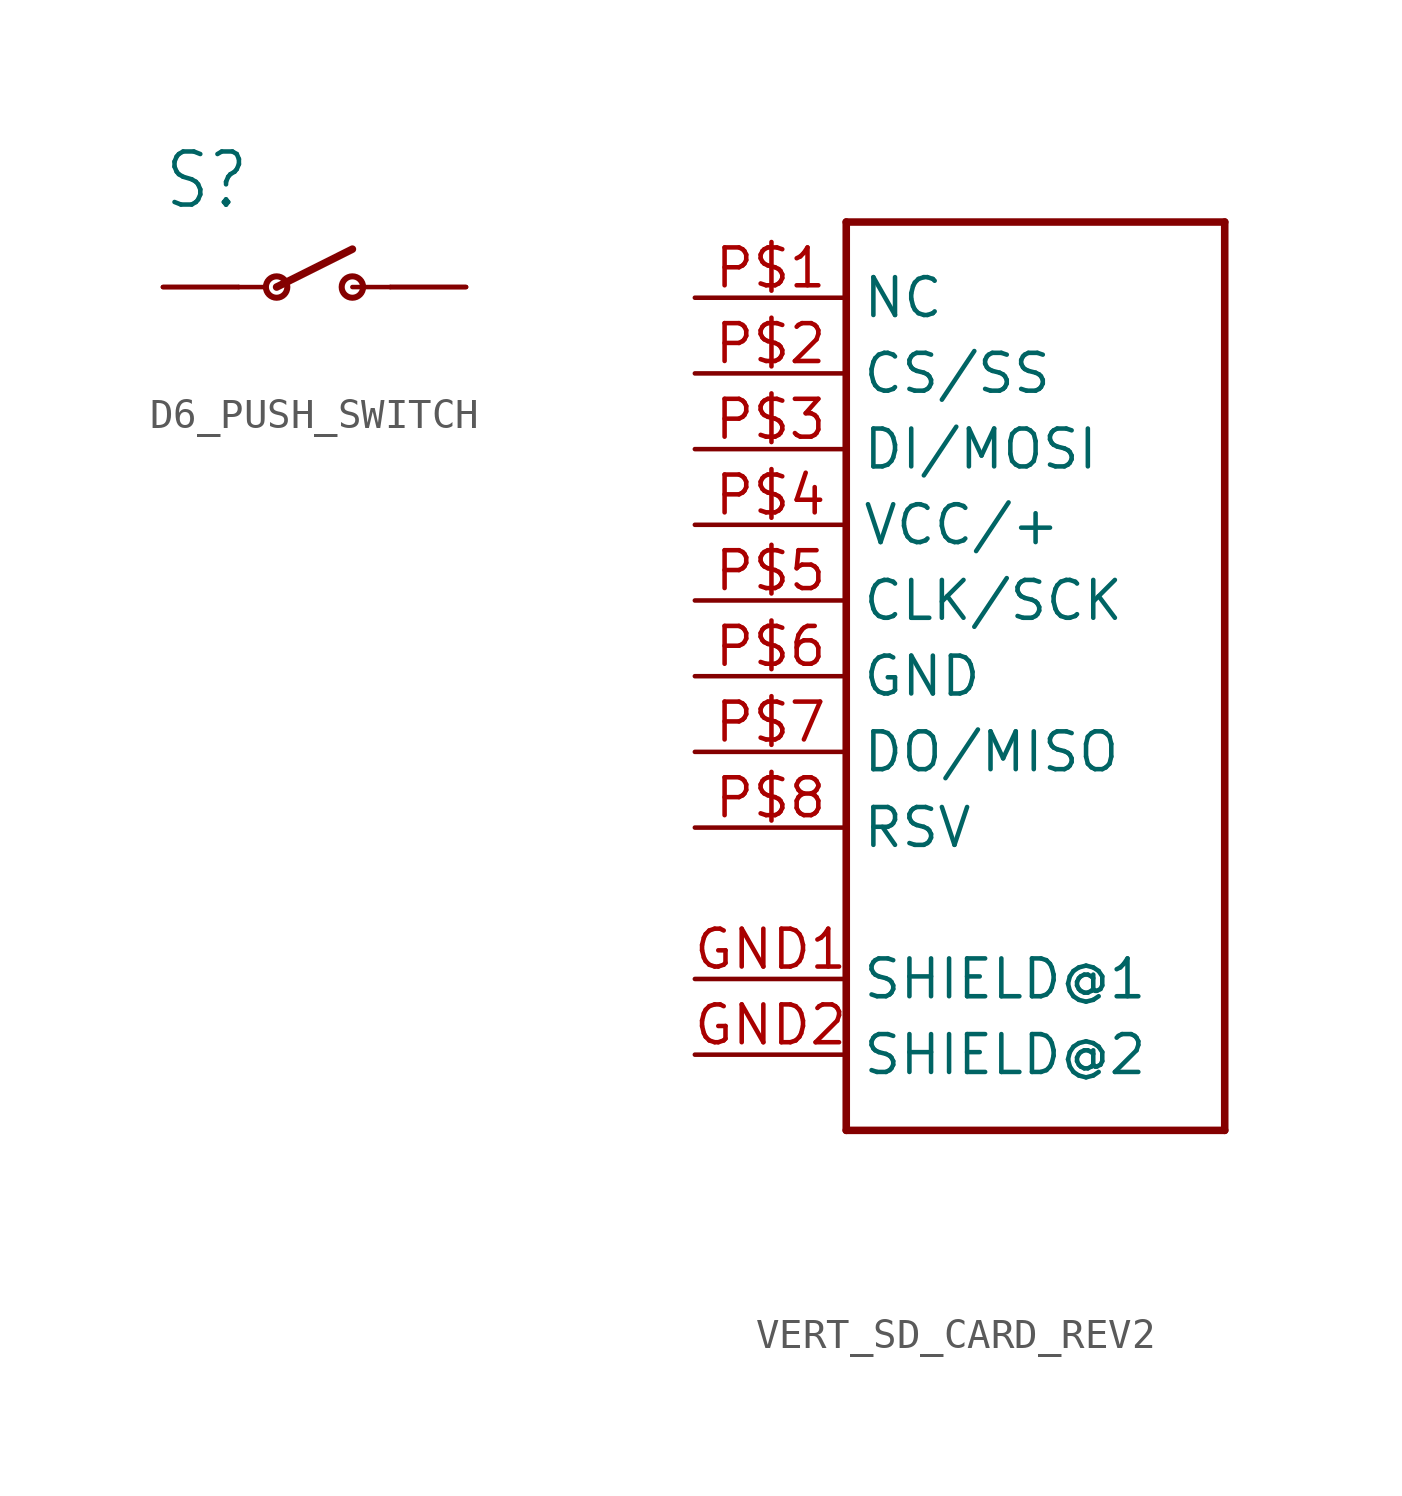
<source format=kicad_sym>
(kicad_symbol_lib
  (version 20231120)
  (generator "kicad_symbol_editor")
  (generator_version "8.0")
  (symbol "D6_PUSH_SWITCH"
    (property "Reference" "S"
      (at -5.08 2.54 0)
      (effects (font (size 1.778 1.511)) (justify left bottom)))
    (property "Value" ""
      (at -5.08 -2.54 0)
      (effects (font (size 1.778 1.511)) (justify left bottom)))
    (property "ki_locked" ""
      (at 0 0 0)
      (effects (font (size 1.27 1.27))))
    (symbol "D6_PUSH_SWITCH_1_0"
      (circle (center -1.27 0) (radius 0.359) (stroke (width 0.203) (type solid)) (fill (type none)))
      (polyline (pts (xy -2.54 0) (xy -1.626 0)) (stroke (width 0.152) (type solid)) (fill (type none)))
      (polyline (pts (xy -1.27 0) (xy 1.27 1.27)) (stroke (width 0.254) (type solid)) (fill (type none)))
      (polyline (pts (xy 1.27 0) (xy 2.54 0)) (stroke (width 0.152) (type solid)) (fill (type none)))
      (circle (center 1.27 0) (radius 0.359) (stroke (width 0.203) (type solid)) (fill (type none)))
      (pin passive line (at 5.08 0 180) (length 2.54) (name "O" (effects (font (size 0 0)))) (number "P$1" (effects (font (size 0 0)))))
      (pin passive line (at 5.08 0 180) (length 2.54) (name "O" (effects (font (size 0 0)))) (number "P$2" (effects (font (size 0 0)))))
      (pin passive line (at -5.08 0 0) (length 2.54) (name "P" (effects (font (size 0 0)))) (number "P$3" (effects (font (size 0 0)))))
      (pin passive line (at -5.08 0 0) (length 2.54) (name "P" (effects (font (size 0 0)))) (number "P$4" (effects (font (size 0 0)))))))
  (symbol "VERT_SD_CARD_REV2"
    (property "Reference" ""
      (at -2.54 15.748 0)
      (effects (font (size 1.778 1.511)) (justify left bottom) (hide yes)))
    (property "Value" ""
      (at -2.54 -17.78 0)
      (effects (font (size 1.778 1.511)) (justify left bottom)))
    (property "ki_locked" ""
      (at 0 0 0)
      (effects (font (size 1.27 1.27))))
    (symbol "VERT_SD_CARD_REV2_1_0"
      (polyline (pts (xy -2.54 -15.24) (xy -2.54 15.24)) (stroke (width 0.254) (type solid)) (fill (type none)))
      (polyline (pts (xy -2.54 15.24) (xy 10.16 15.24)) (stroke (width 0.254) (type solid)) (fill (type none)))
      (polyline (pts (xy 10.16 -15.24) (xy -2.54 -15.24)) (stroke (width 0.254) (type solid)) (fill (type none)))
      (polyline (pts (xy 10.16 15.24) (xy 10.16 -15.24)) (stroke (width 0.254) (type solid)) (fill (type none)))
      (pin bidirectional line (at -7.62 -10.16 0) (length 5.08) (name "SHIELD@1" (effects (font (size 1.27 1.27)))) (number "GND1" (effects (font (size 1.27 1.27)))))
      (pin bidirectional line (at -7.62 -12.7 0) (length 5.08) (name "SHIELD@2" (effects (font (size 1.27 1.27)))) (number "GND2" (effects (font (size 1.27 1.27)))))
      (pin bidirectional line (at -7.62 12.7 0) (length 5.08) (name "NC" (effects (font (size 1.27 1.27)))) (number "P$1" (effects (font (size 1.27 1.27)))))
      (pin bidirectional line (at -7.62 10.16 0) (length 5.08) (name "CS/SS" (effects (font (size 1.27 1.27)))) (number "P$2" (effects (font (size 1.27 1.27)))))
      (pin bidirectional line (at -7.62 7.62 0) (length 5.08) (name "DI/MOSI" (effects (font (size 1.27 1.27)))) (number "P$3" (effects (font (size 1.27 1.27)))))
      (pin bidirectional line (at -7.62 5.08 0) (length 5.08) (name "VCC/+" (effects (font (size 1.27 1.27)))) (number "P$4" (effects (font (size 1.27 1.27)))))
      (pin bidirectional line (at -7.62 2.54 0) (length 5.08) (name "CLK/SCK" (effects (font (size 1.27 1.27)))) (number "P$5" (effects (font (size 1.27 1.27)))))
      (pin bidirectional line (at -7.62 0 0) (length 5.08) (name "GND" (effects (font (size 1.27 1.27)))) (number "P$6" (effects (font (size 1.27 1.27)))))
      (pin bidirectional line (at -7.62 -2.54 0) (length 5.08) (name "DO/MISO" (effects (font (size 1.27 1.27)))) (number "P$7" (effects (font (size 1.27 1.27)))))
      (pin bidirectional line (at -7.62 -5.08 0) (length 5.08) (name "RSV" (effects (font (size 1.27 1.27)))) (number "P$8" (effects (font (size 1.27 1.27))))))))
</source>
